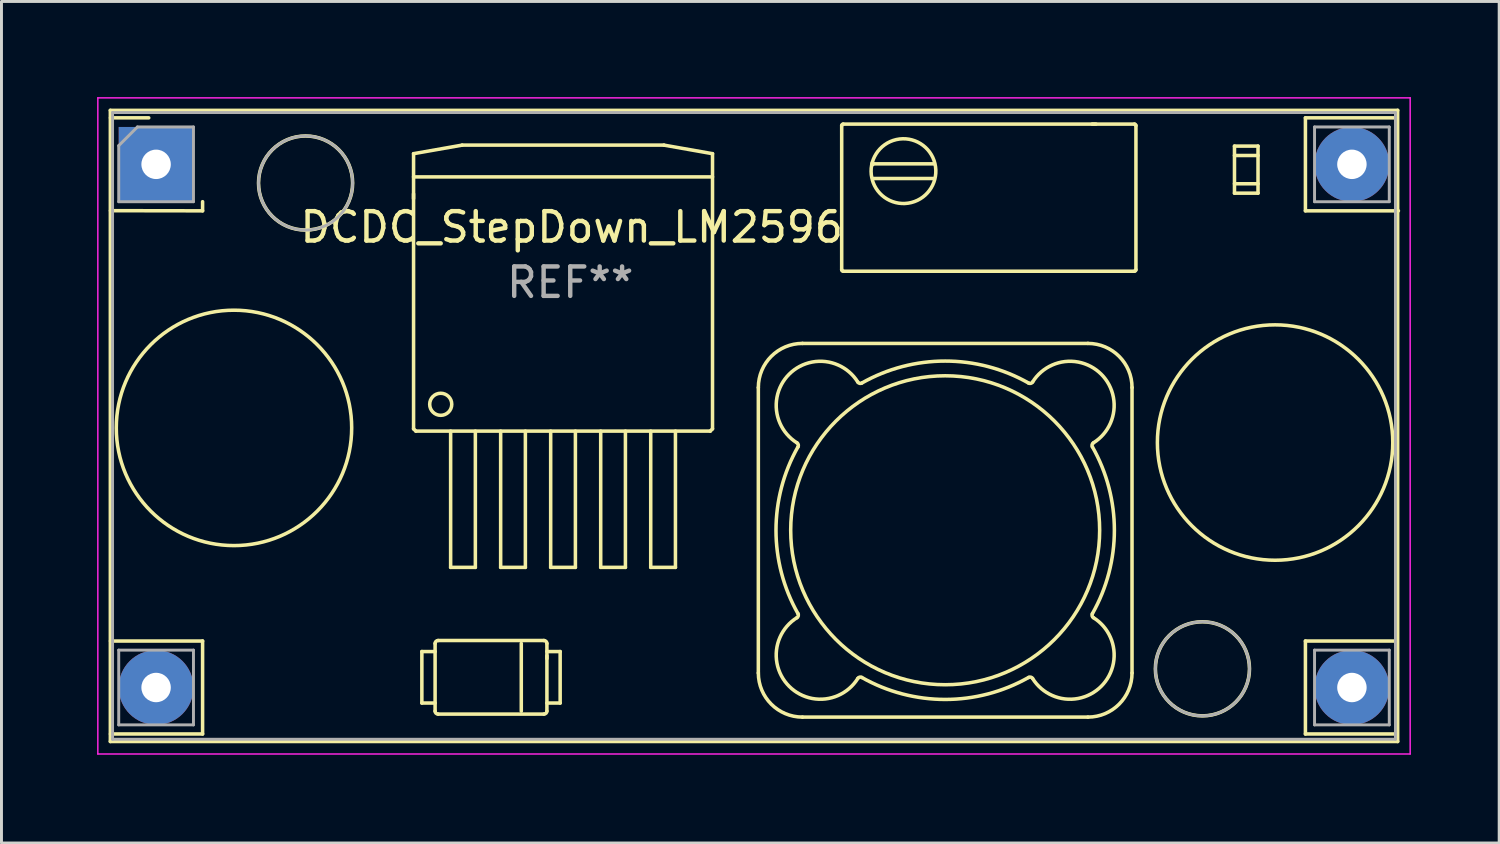
<source format=kicad_pcb>
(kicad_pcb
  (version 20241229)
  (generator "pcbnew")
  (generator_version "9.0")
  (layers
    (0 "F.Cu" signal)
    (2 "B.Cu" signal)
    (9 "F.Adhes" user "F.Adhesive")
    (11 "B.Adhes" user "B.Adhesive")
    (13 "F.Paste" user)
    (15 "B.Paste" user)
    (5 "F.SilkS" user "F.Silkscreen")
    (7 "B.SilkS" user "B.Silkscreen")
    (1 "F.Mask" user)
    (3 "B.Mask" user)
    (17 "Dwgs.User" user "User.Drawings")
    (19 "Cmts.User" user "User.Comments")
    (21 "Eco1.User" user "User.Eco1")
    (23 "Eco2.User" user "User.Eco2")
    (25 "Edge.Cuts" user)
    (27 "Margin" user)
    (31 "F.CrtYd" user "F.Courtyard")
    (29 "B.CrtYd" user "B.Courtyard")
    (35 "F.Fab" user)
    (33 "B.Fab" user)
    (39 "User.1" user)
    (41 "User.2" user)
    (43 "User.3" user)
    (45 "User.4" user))
  (footprint "DCDC_StepDown_LM2596"
    (layer "F.Cu")
    (at 0.25 0.25)
    (property "Reference" "DCDC_StepDown_LM2596" (at 16.13 4.42 0) (layer "F.SilkS") (effects (font (size 1 1) (thickness 0.15))))
    (attr through_hole)
    (fp_line (start 0.45 0.45) (end 0.45 21.9) (stroke (width 0.12) (type solid)) (layer "F.SilkS"))
    (fp_line (start 0.45 21.9) (end 44.2 21.9) (stroke (width 0.12) (type solid)) (layer "F.SilkS"))
    (fp_line (start 0.455 0.705) (end 1.755 0.705) (stroke (width 0.12) (type solid)) (layer "F.SilkS"))
    (fp_line (start 0.455 3.86) (end 3.585 3.865) (stroke (width 0.12) (type solid)) (layer "F.SilkS"))
    (fp_line (start 0.455 18.485) (end 3.585 18.485) (stroke (width 0.12) (type solid)) (layer "F.SilkS"))
    (fp_line (start 0.455 21.645) (end 3.585 21.645) (stroke (width 0.12) (type solid)) (layer "F.SilkS"))
    (fp_line (start 3.585 3.555) (end 3.585 3.865) (stroke (width 0.12) (type solid)) (layer "F.SilkS"))
    (fp_line (start 3.585 18.485) (end 3.585 21.645) (stroke (width 0.12) (type solid)) (layer "F.SilkS"))
    (fp_line (start 10.754 3.289) (end 10.754 3.451) (stroke (width 0.12) (type solid)) (layer "F.SilkS"))
    (fp_line (start 10.755 1.923) (end 12.405 1.632) (stroke (width 0.12) (type solid)) (layer "F.SilkS"))
    (fp_line (start 10.755 11.274) (end 10.755 1.923) (stroke (width 0.12) (type solid)) (layer "F.SilkS"))
    (fp_line (start 10.755 11.274) (end 10.833 11.352) (stroke (width 0.12) (type solid)) (layer "F.SilkS"))
    (fp_line (start 10.833 11.352) (end 20.838 11.352) (stroke (width 0.12) (type solid)) (layer "F.SilkS"))
    (fp_line (start 11.037 18.843) (end 11.487 18.843) (stroke (width 0.12) (type solid)) (layer "F.SilkS"))
    (fp_line (start 11.037 20.593) (end 11.037 18.843) (stroke (width 0.12) (type solid)) (layer "F.SilkS"))
    (fp_line (start 11.487 20.593) (end 11.037 20.593) (stroke (width 0.12) (type solid)) (layer "F.SilkS"))
    (fp_line (start 11.487 20.868) (end 11.487 18.568) (stroke (width 0.12) (type solid)) (layer "F.SilkS"))
    (fp_line (start 11.587 18.468) (end 15.187 18.468) (stroke (width 0.12) (type solid)) (layer "F.SilkS"))
    (fp_line (start 12.015 15.982) (end 12.015 11.352) (stroke (width 0.12) (type solid)) (layer "F.SilkS"))
    (fp_line (start 12.015 15.982) (end 12.855 15.982) (stroke (width 0.12) (type solid)) (layer "F.SilkS"))
    (fp_line (start 12.405 1.632) (end 19.265 1.632) (stroke (width 0.12) (type solid)) (layer "F.SilkS"))
    (fp_line (start 12.855 15.982) (end 12.855 11.352) (stroke (width 0.12) (type solid)) (layer "F.SilkS"))
    (fp_line (start 13.715 15.982) (end 13.715 11.352) (stroke (width 0.12) (type solid)) (layer "F.SilkS"))
    (fp_line (start 13.715 15.982) (end 14.555 15.982) (stroke (width 0.12) (type solid)) (layer "F.SilkS"))
    (fp_line (start 14.416 18.568) (end 14.416 20.868) (stroke (width 0.12) (type solid)) (layer "F.SilkS"))
    (fp_line (start 14.555 15.982) (end 14.555 11.352) (stroke (width 0.12) (type solid)) (layer "F.SilkS"))
    (fp_line (start 15.187 20.968) (end 11.587 20.968) (stroke (width 0.12) (type solid)) (layer "F.SilkS"))
    (fp_line (start 15.287 18.568) (end 15.287 20.868) (stroke (width 0.12) (type solid)) (layer "F.SilkS"))
    (fp_line (start 15.287 18.843) (end 15.737 18.843) (stroke (width 0.12) (type solid)) (layer "F.SilkS"))
    (fp_line (start 15.288 19.08) (end 15.288 18.985) (stroke (width 0.12) (type solid)) (layer "F.SilkS"))
    (fp_line (start 15.415 15.982) (end 15.415 11.352) (stroke (width 0.12) (type solid)) (layer "F.SilkS"))
    (fp_line (start 15.415 15.982) (end 16.255 15.982) (stroke (width 0.12) (type solid)) (layer "F.SilkS"))
    (fp_line (start 15.737 18.843) (end 15.737 20.593) (stroke (width 0.12) (type solid)) (layer "F.SilkS"))
    (fp_line (start 15.737 20.593) (end 15.287 20.593) (stroke (width 0.12) (type solid)) (layer "F.SilkS"))
    (fp_line (start 16.255 15.982) (end 16.255 11.352) (stroke (width 0.12) (type solid)) (layer "F.SilkS"))
    (fp_line (start 17.115 15.982) (end 17.115 11.352) (stroke (width 0.12) (type solid)) (layer "F.SilkS"))
    (fp_line (start 17.115 15.982) (end 17.955 15.982) (stroke (width 0.12) (type solid)) (layer "F.SilkS"))
    (fp_line (start 17.955 15.982) (end 17.955 11.352) (stroke (width 0.12) (type solid)) (layer "F.SilkS"))
    (fp_line (start 18.815 15.982) (end 18.815 11.352) (stroke (width 0.12) (type solid)) (layer "F.SilkS"))
    (fp_line (start 18.815 15.982) (end 19.655 15.982) (stroke (width 0.12) (type solid)) (layer "F.SilkS"))
    (fp_line (start 19.265 1.632) (end 20.915 1.923) (stroke (width 0.12) (type solid)) (layer "F.SilkS"))
    (fp_line (start 19.655 15.982) (end 19.655 11.352) (stroke (width 0.12) (type solid)) (layer "F.SilkS"))
    (fp_line (start 20.838 11.352) (end 20.915 11.274) (stroke (width 0.12) (type solid)) (layer "F.SilkS"))
    (fp_line (start 20.915 2.712) (end 10.755 2.712) (stroke (width 0.12) (type solid)) (layer "F.SilkS"))
    (fp_line (start 20.915 11.274) (end 20.915 1.923) (stroke (width 0.12) (type solid)) (layer "F.SilkS"))
    (fp_line (start 22.472 9.871) (end 22.472 19.571) (stroke (width 0.12) (type solid)) (layer "F.SilkS"))
    (fp_line (start 23.972 21.071) (end 33.672 21.071) (stroke (width 0.12) (type solid)) (layer "F.SilkS"))
    (fp_line (start 25.305 5.867) (end 25.305 0.967) (stroke (width 0.12) (type solid)) (layer "F.SilkS"))
    (fp_line (start 25.355 0.917) (end 35.255 0.917) (stroke (width 0.12) (type solid)) (layer "F.SilkS"))
    (fp_line (start 26.341 2.236) (end 26.366 2.267) (stroke (width 0.12) (type solid)) (layer "F.SilkS"))
    (fp_line (start 26.354 2.292) (end 26.329 2.287) (stroke (width 0.12) (type solid)) (layer "F.SilkS"))
    (fp_line (start 26.354 2.292) (end 26.361 2.261) (stroke (width 0.12) (type solid)) (layer "F.SilkS"))
    (fp_line (start 26.354 2.292) (end 26.366 2.267) (stroke (width 0.12) (type solid)) (layer "F.SilkS"))
    (fp_line (start 26.366 2.767) (end 28.444 2.767) (stroke (width 0.12) (type solid)) (layer "F.SilkS"))
    (fp_line (start 28.444 2.267) (end 26.366 2.267) (stroke (width 0.12) (type solid)) (layer "F.SilkS"))
    (fp_line (start 33.672 8.371) (end 23.972 8.371) (stroke (width 0.12) (type solid)) (layer "F.SilkS"))
    (fp_line (start 33.864 0.916) (end 33.819 0.916) (stroke (width 0.12) (type solid)) (layer "F.SilkS"))
    (fp_line (start 33.947 0.916) (end 33.913 0.916) (stroke (width 0.12) (type solid)) (layer "F.SilkS"))
    (fp_line (start 35.172 19.571) (end 35.172 9.871) (stroke (width 0.12) (type solid)) (layer "F.SilkS"))
    (fp_line (start 35.255 5.917) (end 25.355 5.917) (stroke (width 0.12) (type solid)) (layer "F.SilkS"))
    (fp_line (start 35.305 0.967) (end 35.305 5.867) (stroke (width 0.12) (type solid)) (layer "F.SilkS"))
    (fp_line (start 38.654 1.985) (end 39.454 1.985) (stroke (width 0.12) (type solid)) (layer "F.SilkS"))
    (fp_line (start 38.654 3.265) (end 38.654 1.665) (stroke (width 0.12) (type solid)) (layer "F.SilkS"))
    (fp_line (start 39.454 1.665) (end 38.654 1.665) (stroke (width 0.12) (type solid)) (layer "F.SilkS"))
    (fp_line (start 39.454 1.665) (end 39.454 3.265) (stroke (width 0.12) (type solid)) (layer "F.SilkS"))
    (fp_line (start 39.454 2.945) (end 38.654 2.945) (stroke (width 0.12) (type solid)) (layer "F.SilkS"))
    (fp_line (start 39.454 3.265) (end 38.654 3.265) (stroke (width 0.12) (type solid)) (layer "F.SilkS"))
    (fp_line (start 41.065 0.705) (end 44.18 0.705) (stroke (width 0.12) (type solid)) (layer "F.SilkS"))
    (fp_line (start 41.065 3.865) (end 41.065 0.705) (stroke (width 0.12) (type solid)) (layer "F.SilkS"))
    (fp_line (start 41.065 3.865) (end 44.225 3.865) (stroke (width 0.12) (type solid)) (layer "F.SilkS"))
    (fp_line (start 41.065 18.485) (end 44.18 18.485) (stroke (width 0.12) (type solid)) (layer "F.SilkS"))
    (fp_line (start 41.065 21.645) (end 41.065 18.485) (stroke (width 0.12) (type solid)) (layer "F.SilkS"))
    (fp_line (start 41.065 21.645) (end 44.18 21.645) (stroke (width 0.12) (type solid)) (layer "F.SilkS"))
    (fp_line (start 44.2 0.45) (end 0.45 0.45) (stroke (width 0.12) (type solid)) (layer "F.SilkS"))
    (fp_line (start 44.2 21.9) (end 44.2 0.45) (stroke (width 0.12) (type solid)) (layer "F.SilkS"))
    (fp_arc (start 11.486636 18.568217) (mid 11.515925 18.497506) (end 11.586636 18.468217) (stroke (width 0.12) (type solid)) (layer "F.SilkS"))
    (fp_arc (start 11.586636 20.968217) (mid 11.515925 20.938928) (end 11.486636 20.868217) (stroke (width 0.12) (type solid)) (layer "F.SilkS"))
    (fp_arc (start 15.186636 18.468217) (mid 15.257347 18.497506) (end 15.286636 18.568217) (stroke (width 0.12) (type solid)) (layer "F.SilkS"))
    (fp_arc (start 15.286636 20.868217) (mid 15.257347 20.938928) (end 15.186636 20.968217) (stroke (width 0.12) (type solid)) (layer "F.SilkS"))
    (fp_arc (start 22.472397 9.870796) (mid 22.911737 8.810136) (end 23.972397 8.370796) (stroke (width 0.12) (type solid)) (layer "F.SilkS"))
    (fp_arc (start 23.786131 11.75101) (mid 23.830145 11.811245) (end 23.820218 11.885183) (stroke (width 0.12) (type solid)) (layer "F.SilkS"))
    (fp_arc (start 23.786132 11.751011) (mid 23.519096 9.417496) (end 25.852611 9.684531) (stroke (width 0.12) (type solid)) (layer "F.SilkS"))
    (fp_arc (start 23.820217 17.556409) (mid 23.830145 17.630347) (end 23.786132 17.690582) (stroke (width 0.12) (type solid)) (layer "F.SilkS"))
    (fp_arc (start 23.820218 17.55641) (mid 23.072397 14.720796) (end 23.820218 11.885183) (stroke (width 0.12) (type solid)) (layer "F.SilkS"))
    (fp_arc (start 23.972397 21.070796) (mid 22.911737 20.631456) (end 22.472397 19.570796) (stroke (width 0.12) (type solid)) (layer "F.SilkS"))
    (fp_arc (start 25.304783 0.967295) (mid 25.319428 0.93194) (end 25.354783 0.917295) (stroke (width 0.12) (type solid)) (layer "F.SilkS"))
    (fp_arc (start 25.354783 5.917294) (mid 25.319428 5.902649) (end 25.304783 5.867294) (stroke (width 0.12) (type solid)) (layer "F.SilkS"))
    (fp_arc (start 25.852611 19.757062) (mid 23.519095 20.024097) (end 23.786132 17.690582) (stroke (width 0.12) (type solid)) (layer "F.SilkS"))
    (fp_arc (start 25.852611 19.757062) (mid 25.912845 19.713049) (end 25.986783 19.722976) (stroke (width 0.12) (type solid)) (layer "F.SilkS"))
    (fp_arc (start 25.986783 9.718617) (mid 25.912845 9.728544) (end 25.852611 9.684531) (stroke (width 0.12) (type solid)) (layer "F.SilkS"))
    (fp_arc (start 25.986784 9.718617) (mid 28.822397 8.970796) (end 31.658011 9.718617) (stroke (width 0.12) (type solid)) (layer "F.SilkS"))
    (fp_arc (start 26.329148 2.747527) (mid 28.474605 2.261406) (end 26.341385 2.79869) (stroke (width 0.12) (type solid)) (layer "F.SilkS"))
    (fp_arc (start 31.658011 19.722976) (mid 28.822397 20.470797) (end 25.986783 19.722976) (stroke (width 0.12) (type solid)) (layer "F.SilkS"))
    (fp_arc (start 31.658011 19.722976) (mid 31.731949 19.713049) (end 31.792183 19.757062) (stroke (width 0.12) (type solid)) (layer "F.SilkS"))
    (fp_arc (start 31.792183 9.684531) (mid 31.731949 9.728544) (end 31.658011 9.718617) (stroke (width 0.12) (type solid)) (layer "F.SilkS"))
    (fp_arc (start 31.792183 9.684531) (mid 34.125699 9.417496) (end 33.858662 11.751011) (stroke (width 0.12) (type solid)) (layer "F.SilkS"))
    (fp_arc (start 33.672397 8.370796) (mid 34.733057 8.810136) (end 35.172397 9.870796) (stroke (width 0.12) (type solid)) (layer "F.SilkS"))
    (fp_arc (start 33.824576 11.885183) (mid 34.572397 14.720796) (end 33.824576 17.55641) (stroke (width 0.12) (type solid)) (layer "F.SilkS"))
    (fp_arc (start 33.824577 11.885184) (mid 33.814649 11.811246) (end 33.858662 11.751011) (stroke (width 0.12) (type solid)) (layer "F.SilkS"))
    (fp_arc (start 33.858662 17.690582) (mid 34.125698 20.024097) (end 31.792183 19.757062) (stroke (width 0.12) (type solid)) (layer "F.SilkS"))
    (fp_arc (start 33.858663 17.690583) (mid 33.814649 17.630348) (end 33.824576 17.55641) (stroke (width 0.12) (type solid)) (layer "F.SilkS"))
    (fp_arc (start 35.172397 19.570796) (mid 34.733057 20.631456) (end 33.672397 21.070796) (stroke (width 0.12) (type solid)) (layer "F.SilkS"))
    (fp_arc (start 35.254783 0.917295) (mid 35.290138 0.93194) (end 35.304783 0.967295) (stroke (width 0.12) (type solid)) (layer "F.SilkS"))
    (fp_arc (start 35.304783 5.867294) (mid 35.290138 5.902649) (end 35.254783 5.917294) (stroke (width 0.12) (type solid)) (layer "F.SilkS"))
    (fp_circle (center 4.652 11.242) (end 8.652 11.242) (stroke (width 0.12) (type solid)) (fill no) (layer "F.SilkS"))
    (fp_circle (center 7.085 2.92) (end 8.684 2.92) (stroke (width 0.12) (type solid)) (fill no) (layer "F.SilkS"))
    (fp_circle (center 11.678 10.44) (end 12.053 10.44) (stroke (width 0.12) (type solid)) (fill no) (layer "F.SilkS"))
    (fp_circle (center 28.822 14.721) (end 34.072 14.721) (stroke (width 0.12) (type solid)) (fill no) (layer "F.SilkS"))
    (fp_circle (center 37.565 19.43) (end 39.164 19.43) (stroke (width 0.12) (type solid)) (fill no) (layer "F.SilkS"))
    (fp_circle (center 40.034 11.74) (end 44.034 11.74) (stroke (width 0.12) (type solid)) (fill no) (layer "F.SilkS"))
    (fp_line (start 0.025 0.025) (end 44.625 0.025) (stroke (width 0.05) (type solid)) (layer "F.CrtYd"))
    (fp_line (start 0.025 22.325) (end 0.025 0.025) (stroke (width 0.05) (type solid)) (layer "F.CrtYd"))
    (fp_line (start 44.625 0.025) (end 44.625 22.325) (stroke (width 0.05) (type solid)) (layer "F.CrtYd"))
    (fp_line (start 44.625 22.325) (end 0.025 22.325) (stroke (width 0.05) (type solid)) (layer "F.CrtYd"))
    (fp_line (start 0.525 0.525) (end 0.525 21.825) (stroke (width 0.1) (type solid)) (layer "F.Fab"))
    (fp_line (start 0.525 21.825) (end 44.125 21.825) (stroke (width 0.1) (type solid)) (layer "F.Fab"))
    (fp_line (start 0.735 1.65) (end 1.37 1.015) (stroke (width 0.1) (type solid)) (layer "F.Fab"))
    (fp_line (start 0.735 3.555) (end 0.735 1.65) (stroke (width 0.1) (type solid)) (layer "F.Fab"))
    (fp_line (start 0.735 18.795) (end 3.275 18.795) (stroke (width 0.1) (type solid)) (layer "F.Fab"))
    (fp_line (start 0.735 21.335) (end 0.735 18.795) (stroke (width 0.1) (type solid)) (layer "F.Fab"))
    (fp_line (start 1.37 1.015) (end 3.275 1.015) (stroke (width 0.1) (type solid)) (layer "F.Fab"))
    (fp_line (start 3.275 1.015) (end 3.275 3.555) (stroke (width 0.1) (type solid)) (layer "F.Fab"))
    (fp_line (start 3.275 3.555) (end 0.735 3.555) (stroke (width 0.1) (type solid)) (layer "F.Fab"))
    (fp_line (start 3.275 18.795) (end 3.275 21.335) (stroke (width 0.1) (type solid)) (layer "F.Fab"))
    (fp_line (start 3.275 21.335) (end 0.735 21.335) (stroke (width 0.1) (type solid)) (layer "F.Fab"))
    (fp_line (start 41.375 1.015) (end 43.915 1.015) (stroke (width 0.1) (type solid)) (layer "F.Fab"))
    (fp_line (start 41.375 3.555) (end 41.375 1.015) (stroke (width 0.1) (type solid)) (layer "F.Fab"))
    (fp_line (start 41.375 18.795) (end 43.915 18.795) (stroke (width 0.1) (type solid)) (layer "F.Fab"))
    (fp_line (start 41.375 21.335) (end 41.375 18.795) (stroke (width 0.1) (type solid)) (layer "F.Fab"))
    (fp_line (start 43.915 1.015) (end 43.915 3.555) (stroke (width 0.1) (type solid)) (layer "F.Fab"))
    (fp_line (start 43.915 3.555) (end 41.375 3.555) (stroke (width 0.1) (type solid)) (layer "F.Fab"))
    (fp_line (start 43.915 18.795) (end 43.915 21.335) (stroke (width 0.1) (type solid)) (layer "F.Fab"))
    (fp_line (start 43.915 21.335) (end 41.375 21.335) (stroke (width 0.1) (type solid)) (layer "F.Fab"))
    (fp_line (start 44.125 0.525) (end 0.525 0.525) (stroke (width 0.1) (type solid)) (layer "F.Fab"))
    (fp_line (start 44.125 21.825) (end 44.125 0.525) (stroke (width 0.1) (type solid)) (layer "F.Fab"))
    (fp_circle (center 7.085 2.92) (end 8.684 2.92) (stroke (width 0.1) (type solid)) (fill no) (layer "F.Fab"))
    (fp_circle (center 37.565 19.43) (end 39.164 19.43) (stroke (width 0.1) (type solid)) (fill no) (layer "F.Fab"))
    (fp_text user "REF**" (at 16.08 6.3 0) (layer "F.Fab") (effects (font (size 1 1) (thickness 0.15))))
    (pad "1" thru_hole rect (at 2.005 2.285) (size 2.54 2.54) (drill 1) (layers "*.Cu" "*.Mask"))
    (pad "2" thru_hole circle (at 2.005 20.065) (size 2.54 2.54) (drill 1) (layers "*.Cu" "*.Mask"))
    (pad "3" thru_hole circle (at 42.645 20.065) (size 2.54 2.54) (drill 1) (layers "*.Cu" "*.Mask"))
    (pad "4" thru_hole circle (at 42.645 2.285) (size 2.54 2.54) (drill 1) (layers "*.Cu" "*.Mask")))
  (gr_rect
    (start -3 -3)
    (end 47.9 25.6)
    (stroke (width 0.1) (type default))
    (fill no)
    (layer "Edge.Cuts")))
</source>
